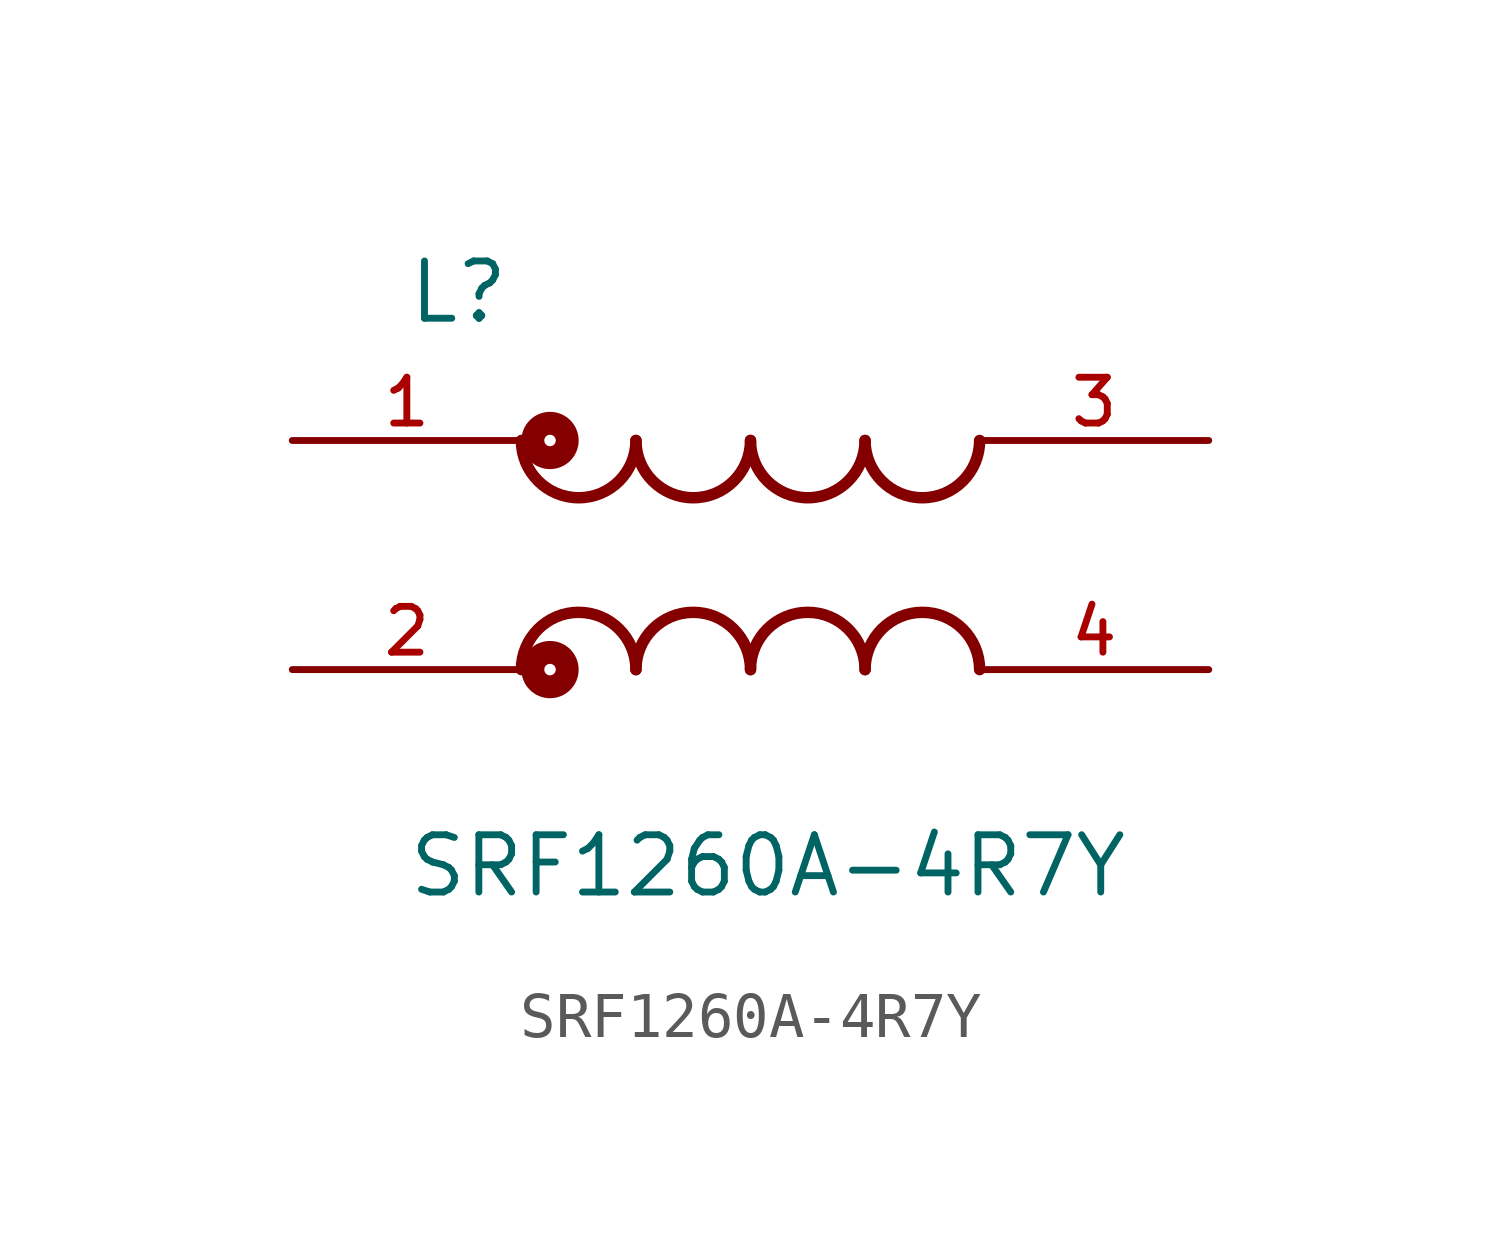
<source format=kicad_sym>
(kicad_symbol_lib
  (version 20211014)
  (generator kicad_symbol_editor)
  (symbol "SRF1260A-4R7Y"
    (pin_names
      (offset 1.016))
    (property "Reference" "L"
      (at -7.631 5.087 0)
      (effects (font (size 1.27 1.27)) (justify bottom left)))
    (property "Value" "SRF1260A-4R7Y"
      (at -7.635 -7.635 0)
      (effects (font (size 1.27 1.27)) (justify bottom left)))
    (symbol "SRF1260A-4R7Y_0_0"
      (arc (start -2.54 2.54) (mid -3.81 1.27) (end -5.08 2.54) (stroke (width 0.254) (type default) (color 0 0 0 0)) (fill (type none)))
      (arc (start 0.0 2.54) (mid -1.27 1.27) (end -2.54 2.54) (stroke (width 0.254) (type default) (color 0 0 0 0)) (fill (type none)))
      (arc (start 2.54 2.54) (mid 1.27 1.27) (end 0.0 2.54) (stroke (width 0.254) (type default) (color 0 0 0 0)) (fill (type none)))
      (arc (start 5.08 2.54) (mid 3.81 1.27) (end 2.54 2.54) (stroke (width 0.254) (type default) (color 0 0 0 0)) (fill (type none)))
      (arc (start 2.54 -2.54) (mid 3.81 -1.27) (end 5.08 -2.54) (stroke (width 0.254) (type default) (color 0 0 0 0)) (fill (type none)))
      (arc (start 0.0 -2.54) (mid 1.27 -1.27) (end 2.54 -2.54) (stroke (width 0.254) (type default) (color 0 0 0 0)) (fill (type none)))
      (arc (start -2.54 -2.54) (mid -1.27 -1.27) (end 0.0 -2.54) (stroke (width 0.254) (type default) (color 0 0 0 0)) (fill (type none)))
      (arc (start -5.08 -2.54) (mid -3.81 -1.27) (end -2.54 -2.54) (stroke (width 0.254) (type default) (color 0 0 0 0)) (fill (type none)))
      (circle (center -4.445 -2.54) (radius 0.127) (stroke (width 0.508)) (fill (type none)))
      (circle (center -4.445 2.54) (radius 0.127) (stroke (width 0.508)) (fill (type none)))
      (pin passive line (at -10.16 2.54 0) (length 5.08) (name "~" (effects (font (size 1.016 1.016)))) (number "1" (effects (font (size 1.016 1.016)))))
      (pin passive line (at 10.16 2.54 180.0) (length 5.08) (name "~" (effects (font (size 1.016 1.016)))) (number "3" (effects (font (size 1.016 1.016)))))
      (pin passive line (at 10.16 -2.54 180.0) (length 5.08) (name "~" (effects (font (size 1.016 1.016)))) (number "4" (effects (font (size 1.016 1.016)))))
      (pin passive line (at -10.16 -2.54 0) (length 5.08) (name "~" (effects (font (size 1.016 1.016)))) (number "2" (effects (font (size 1.016 1.016))))))))
</source>
